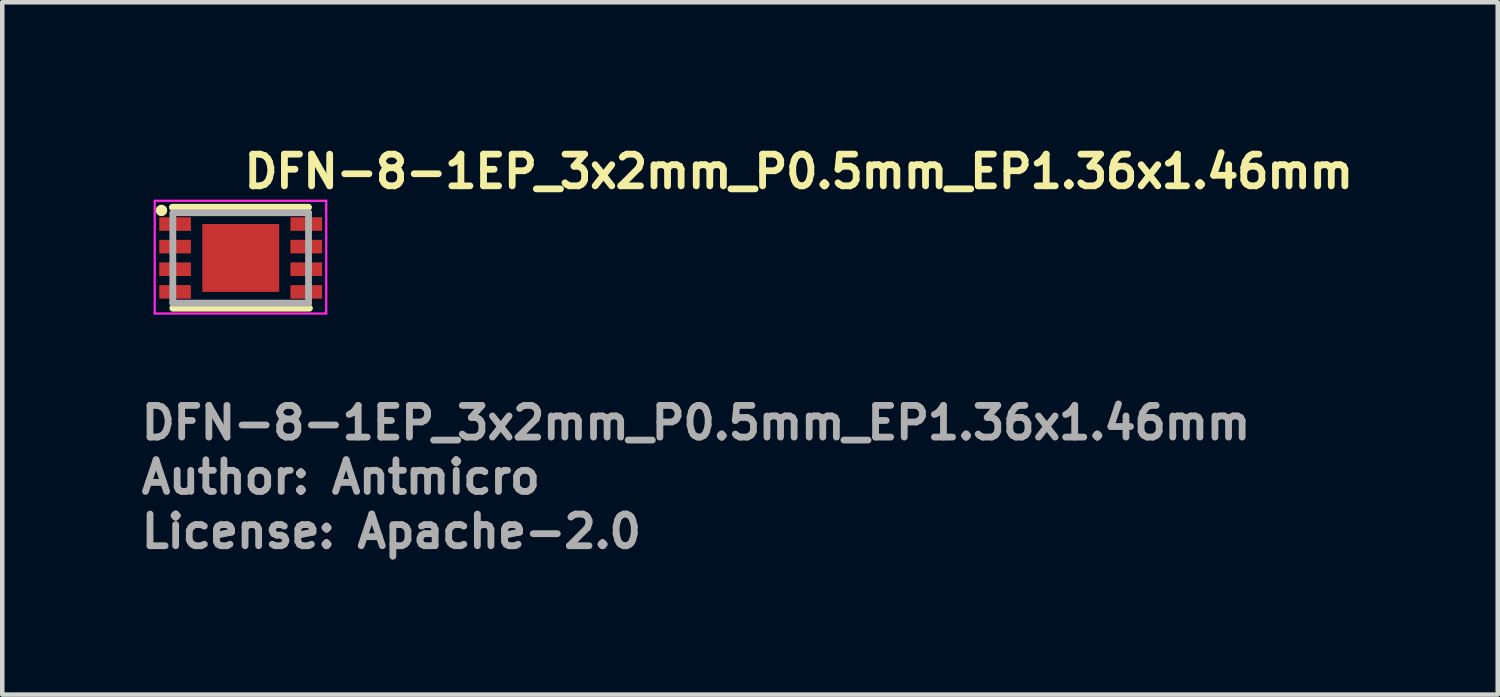
<source format=kicad_pcb>
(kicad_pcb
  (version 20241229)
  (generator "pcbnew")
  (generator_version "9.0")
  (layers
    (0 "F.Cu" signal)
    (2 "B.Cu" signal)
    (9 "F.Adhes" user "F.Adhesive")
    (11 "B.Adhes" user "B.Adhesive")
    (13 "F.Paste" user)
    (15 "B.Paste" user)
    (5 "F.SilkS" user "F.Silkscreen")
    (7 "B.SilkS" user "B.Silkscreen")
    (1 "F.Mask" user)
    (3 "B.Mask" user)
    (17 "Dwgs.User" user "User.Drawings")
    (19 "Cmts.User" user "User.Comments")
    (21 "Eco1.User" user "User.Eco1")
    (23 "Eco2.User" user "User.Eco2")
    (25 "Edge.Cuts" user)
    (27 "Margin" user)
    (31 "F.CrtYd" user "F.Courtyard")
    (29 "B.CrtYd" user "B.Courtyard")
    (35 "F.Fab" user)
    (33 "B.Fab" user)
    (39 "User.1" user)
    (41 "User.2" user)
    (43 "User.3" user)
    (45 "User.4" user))
  (footprint "DFN-8-1EP_3x2mm_P0.5mm_EP1.36x1.46mm"
    (layer "F.Cu")
    (at 2.27 2.65)
    (property "Reference" "DFN-8-1EP_3x2mm_P0.5mm_EP1.36x1.46mm" (at 0 -1.5 0) (layer "F.SilkS") (effects (font (size 0.7 0.7) (thickness 0.15)) (justify left bottom)))
    (attr smd)
    (fp_line (start -1.501 1.111) (end 1.518 1.111) (stroke (width 0.15) (type solid)) (layer "F.SilkS"))
    (fp_line (start 1.498 -1.12) (end -1.511 -1.12) (stroke (width 0.15) (type solid)) (layer "F.SilkS"))
    (fp_circle (center -1.751 -1.05) (end -1.7 -1.05) (stroke (width 0.15) (type solid)) (fill yes) (layer "F.SilkS"))
    (fp_line (start -1.901 -1.262) (end 1.889 -1.262) (stroke (width 0.05) (type solid)) (layer "F.CrtYd"))
    (fp_line (start -1.901 1.228) (end -1.901 -1.262) (stroke (width 0.05) (type solid)) (layer "F.CrtYd"))
    (fp_line (start 1.889 -1.262) (end 1.889 1.228) (stroke (width 0.05) (type solid)) (layer "F.CrtYd"))
    (fp_line (start 1.889 1.228) (end -1.901 1.228) (stroke (width 0.05) (type solid)) (layer "F.CrtYd"))
    (fp_line (start -1.501 0.99) (end -1.501 -0.989) (stroke (width 0.15) (type solid)) (layer "F.Fab"))
    (fp_line (start 1.498 -0.999) (end -1.491 -0.999) (stroke (width 0.15) (type solid)) (layer "F.Fab"))
    (fp_line (start 1.498 -0.999) (end 1.498 0.99) (stroke (width 0.15) (type solid)) (layer "F.Fab"))
    (fp_line (start 1.498 0.999) (end -1.501 0.999) (stroke (width 0.15) (type solid)) (layer "F.Fab"))
    (fp_rect (start -1.522 1) (end 1.519 -0.998) (stroke (width 0.1) (type solid)) (fill no) (layer "User.5"))
    (fp_line (start -1.522 -0.873) (end -1.502 -0.873) (stroke (width 0.02) (type solid)) (layer "User.9"))
    (fp_line (start -1.522 -0.623) (end -1.522 -0.873) (stroke (width 0.02) (type solid)) (layer "User.9"))
    (fp_line (start -1.522 -0.373) (end -1.502 -0.373) (stroke (width 0.02) (type solid)) (layer "User.9"))
    (fp_line (start -1.522 -0.123) (end -1.522 -0.373) (stroke (width 0.02) (type solid)) (layer "User.9"))
    (fp_line (start -1.522 0.125) (end -1.502 0.125) (stroke (width 0.02) (type solid)) (layer "User.9"))
    (fp_line (start -1.522 0.375) (end -1.522 0.125) (stroke (width 0.02) (type solid)) (layer "User.9"))
    (fp_line (start -1.522 0.625) (end -1.502 0.625) (stroke (width 0.02) (type solid)) (layer "User.9"))
    (fp_line (start -1.522 0.875) (end -1.522 0.625) (stroke (width 0.02) (type solid)) (layer "User.9"))
    (fp_line (start -1.502 -0.998) (end 1.499 -0.998) (stroke (width 0.02) (type solid)) (layer "User.9"))
    (fp_line (start -1.502 -0.623) (end -1.522 -0.623) (stroke (width 0.02) (type solid)) (layer "User.9"))
    (fp_line (start -1.502 -0.123) (end -1.522 -0.123) (stroke (width 0.02) (type solid)) (layer "User.9"))
    (fp_line (start -1.502 0.375) (end -1.522 0.375) (stroke (width 0.02) (type solid)) (layer "User.9"))
    (fp_line (start -1.502 0.875) (end -1.522 0.875) (stroke (width 0.02) (type solid)) (layer "User.9"))
    (fp_line (start -1.502 1) (end -1.502 -0.998) (stroke (width 0.02) (type solid)) (layer "User.9"))
    (fp_line (start -1.381 -0.709) (end -1.381 -0.701) (stroke (width 0.02) (type solid)) (layer "User.9"))
    (fp_line (start -1.381 -0.701) (end -1.381 -0.701) (stroke (width 0.02) (type solid)) (layer "User.9"))
    (fp_line (start -1.381 -0.701) (end -1.381 -0.692) (stroke (width 0.02) (type solid)) (layer "User.9"))
    (fp_line (start -1.381 -0.692) (end -1.379 -0.683) (stroke (width 0.02) (type solid)) (layer "User.9"))
    (fp_line (start -1.379 -0.727) (end -1.379 -0.718) (stroke (width 0.02) (type solid)) (layer "User.9"))
    (fp_line (start -1.379 -0.718) (end -1.381 -0.709) (stroke (width 0.02) (type solid)) (layer "User.9"))
    (fp_line (start -1.379 -0.683) (end -1.379 -0.675) (stroke (width 0.02) (type solid)) (layer "User.9"))
    (fp_line (start -1.379 -0.675) (end -1.377 -0.666) (stroke (width 0.02) (type solid)) (layer "User.9"))
    (fp_line (start -1.377 -0.736) (end -1.379 -0.727) (stroke (width 0.02) (type solid)) (layer "User.9"))
    (fp_line (start -1.377 -0.666) (end -1.375 -0.658) (stroke (width 0.02) (type solid)) (layer "User.9"))
    (fp_line (start -1.375 -0.744) (end -1.377 -0.736) (stroke (width 0.02) (type solid)) (layer "User.9"))
    (fp_line (start -1.375 -0.658) (end -1.373 -0.649) (stroke (width 0.02) (type solid)) (layer "User.9"))
    (fp_line (start -1.373 -0.752) (end -1.375 -0.744) (stroke (width 0.02) (type solid)) (layer "User.9"))
    (fp_line (start -1.373 -0.649) (end -1.371 -0.641) (stroke (width 0.02) (type solid)) (layer "User.9"))
    (fp_line (start -1.371 -0.761) (end -1.373 -0.752) (stroke (width 0.02) (type solid)) (layer "User.9"))
    (fp_line (start -1.371 -0.641) (end -1.367 -0.632) (stroke (width 0.02) (type solid)) (layer "User.9"))
    (fp_line (start -1.367 -0.769) (end -1.371 -0.761) (stroke (width 0.02) (type solid)) (layer "User.9"))
    (fp_line (start -1.367 -0.632) (end -1.363 -0.624) (stroke (width 0.02) (type solid)) (layer "User.9"))
    (fp_line (start -1.363 -0.777) (end -1.367 -0.769) (stroke (width 0.02) (type solid)) (layer "User.9"))
    (fp_line (start -1.363 -0.624) (end -1.359 -0.617) (stroke (width 0.02) (type solid)) (layer "User.9"))
    (fp_line (start -1.359 -0.785) (end -1.363 -0.777) (stroke (width 0.02) (type solid)) (layer "User.9"))
    (fp_line (start -1.359 -0.617) (end -1.355 -0.61) (stroke (width 0.02) (type solid)) (layer "User.9"))
    (fp_line (start -1.355 -0.792) (end -1.359 -0.785) (stroke (width 0.02) (type solid)) (layer "User.9"))
    (fp_line (start -1.355 -0.61) (end -1.351 -0.603) (stroke (width 0.02) (type solid)) (layer "User.9"))
    (fp_line (start -1.351 -0.799) (end -1.355 -0.792) (stroke (width 0.02) (type solid)) (layer "User.9"))
    (fp_line (start -1.351 -0.603) (end -1.347 -0.596) (stroke (width 0.02) (type solid)) (layer "User.9"))
    (fp_line (start -1.347 -0.806) (end -1.351 -0.799) (stroke (width 0.02) (type solid)) (layer "User.9"))
    (fp_line (start -1.347 -0.596) (end -1.341 -0.589) (stroke (width 0.02) (type solid)) (layer "User.9"))
    (fp_line (start -1.341 -0.813) (end -1.347 -0.806) (stroke (width 0.02) (type solid)) (layer "User.9"))
    (fp_line (start -1.341 -0.589) (end -1.335 -0.583) (stroke (width 0.02) (type solid)) (layer "User.9"))
    (fp_line (start -1.335 -0.819) (end -1.341 -0.813) (stroke (width 0.02) (type solid)) (layer "User.9"))
    (fp_line (start -1.335 -0.583) (end -1.329 -0.577) (stroke (width 0.02) (type solid)) (layer "User.9"))
    (fp_line (start -1.329 -0.825) (end -1.335 -0.819) (stroke (width 0.02) (type solid)) (layer "User.9"))
    (fp_line (start -1.329 -0.577) (end -1.323 -0.572) (stroke (width 0.02) (type solid)) (layer "User.9"))
    (fp_line (start -1.323 -0.831) (end -1.329 -0.825) (stroke (width 0.02) (type solid)) (layer "User.9"))
    (fp_line (start -1.323 -0.572) (end -1.317 -0.566) (stroke (width 0.02) (type solid)) (layer "User.9"))
    (fp_line (start -1.317 -0.835) (end -1.323 -0.831) (stroke (width 0.02) (type solid)) (layer "User.9"))
    (fp_line (start -1.317 -0.566) (end -1.311 -0.561) (stroke (width 0.02) (type solid)) (layer "User.9"))
    (fp_line (start -1.311 -0.841) (end -1.317 -0.835) (stroke (width 0.02) (type solid)) (layer "User.9"))
    (fp_line (start -1.311 -0.561) (end -1.303 -0.556) (stroke (width 0.02) (type solid)) (layer "User.9"))
    (fp_line (start -1.303 -0.845) (end -1.311 -0.841) (stroke (width 0.02) (type solid)) (layer "User.9"))
    (fp_line (start -1.303 -0.556) (end -1.297 -0.552) (stroke (width 0.02) (type solid)) (layer "User.9"))
    (fp_line (start -1.297 -0.85) (end -1.303 -0.845) (stroke (width 0.02) (type solid)) (layer "User.9"))
    (fp_line (start -1.297 -0.552) (end -1.289 -0.547) (stroke (width 0.02) (type solid)) (layer "User.9"))
    (fp_line (start -1.289 -0.854) (end -1.297 -0.85) (stroke (width 0.02) (type solid)) (layer "User.9"))
    (fp_line (start -1.289 -0.547) (end -1.281 -0.544) (stroke (width 0.02) (type solid)) (layer "User.9"))
    (fp_line (start -1.281 -0.858) (end -1.289 -0.854) (stroke (width 0.02) (type solid)) (layer "User.9"))
    (fp_line (start -1.281 -0.544) (end -1.274 -0.54) (stroke (width 0.02) (type solid)) (layer "User.9"))
    (fp_line (start -1.274 -0.862) (end -1.281 -0.858) (stroke (width 0.02) (type solid)) (layer "User.9"))
    (fp_line (start -1.274 -0.54) (end -1.266 -0.537) (stroke (width 0.02) (type solid)) (layer "User.9"))
    (fp_line (start -1.266 -0.865) (end -1.274 -0.862) (stroke (width 0.02) (type solid)) (layer "User.9"))
    (fp_line (start -1.266 -0.537) (end -1.258 -0.534) (stroke (width 0.02) (type solid)) (layer "User.9"))
    (fp_line (start -1.258 -0.868) (end -1.266 -0.865) (stroke (width 0.02) (type solid)) (layer "User.9"))
    (fp_line (start -1.258 -0.534) (end -1.25 -0.532) (stroke (width 0.02) (type solid)) (layer "User.9"))
    (fp_line (start -1.25 -0.87) (end -1.258 -0.868) (stroke (width 0.02) (type solid)) (layer "User.9"))
    (fp_line (start -1.25 -0.532) (end -1.242 -0.53) (stroke (width 0.02) (type solid)) (layer "User.9"))
    (fp_line (start -1.242 -0.872) (end -1.25 -0.87) (stroke (width 0.02) (type solid)) (layer "User.9"))
    (fp_line (start -1.242 -0.53) (end -1.232 -0.528) (stroke (width 0.02) (type solid)) (layer "User.9"))
    (fp_line (start -1.232 -0.873) (end -1.242 -0.872) (stroke (width 0.02) (type solid)) (layer "User.9"))
    (fp_line (start -1.232 -0.528) (end -1.224 -0.527) (stroke (width 0.02) (type solid)) (layer "User.9"))
    (fp_line (start -1.224 -0.874) (end -1.232 -0.873) (stroke (width 0.02) (type solid)) (layer "User.9"))
    (fp_line (start -1.224 -0.527) (end -1.214 -0.527) (stroke (width 0.02) (type solid)) (layer "User.9"))
    (fp_line (start -1.214 -0.875) (end -1.224 -0.874) (stroke (width 0.02) (type solid)) (layer "User.9"))
    (fp_line (start -1.214 -0.527) (end -1.206 -0.526) (stroke (width 0.02) (type solid)) (layer "User.9"))
    (fp_line (start -1.206 -0.875) (end -1.214 -0.875) (stroke (width 0.02) (type solid)) (layer "User.9"))
    (fp_line (start -1.206 -0.526) (end -1.196 -0.527) (stroke (width 0.02) (type solid)) (layer "User.9"))
    (fp_line (start -1.196 -0.875) (end -1.206 -0.875) (stroke (width 0.02) (type solid)) (layer "User.9"))
    (fp_line (start -1.196 -0.527) (end -1.188 -0.527) (stroke (width 0.02) (type solid)) (layer "User.9"))
    (fp_line (start -1.188 -0.874) (end -1.196 -0.875) (stroke (width 0.02) (type solid)) (layer "User.9"))
    (fp_line (start -1.188 -0.527) (end -1.18 -0.528) (stroke (width 0.02) (type solid)) (layer "User.9"))
    (fp_line (start -1.18 -0.873) (end -1.188 -0.874) (stroke (width 0.02) (type solid)) (layer "User.9"))
    (fp_line (start -1.18 -0.528) (end -1.17 -0.53) (stroke (width 0.02) (type solid)) (layer "User.9"))
    (fp_line (start -1.17 -0.872) (end -1.18 -0.873) (stroke (width 0.02) (type solid)) (layer "User.9"))
    (fp_line (start -1.17 -0.53) (end -1.162 -0.532) (stroke (width 0.02) (type solid)) (layer "User.9"))
    (fp_line (start -1.162 -0.87) (end -1.17 -0.872) (stroke (width 0.02) (type solid)) (layer "User.9"))
    (fp_line (start -1.162 -0.532) (end -1.154 -0.534) (stroke (width 0.02) (type solid)) (layer "User.9"))
    (fp_line (start -1.154 -0.868) (end -1.162 -0.87) (stroke (width 0.02) (type solid)) (layer "User.9"))
    (fp_line (start -1.154 -0.534) (end -1.145 -0.537) (stroke (width 0.02) (type solid)) (layer "User.9"))
    (fp_line (start -1.145 -0.865) (end -1.154 -0.868) (stroke (width 0.02) (type solid)) (layer "User.9"))
    (fp_line (start -1.145 -0.537) (end -1.137 -0.54) (stroke (width 0.02) (type solid)) (layer "User.9"))
    (fp_line (start -1.137 -0.862) (end -1.145 -0.865) (stroke (width 0.02) (type solid)) (layer "User.9"))
    (fp_line (start -1.137 -0.54) (end -1.131 -0.544) (stroke (width 0.02) (type solid)) (layer "User.9"))
    (fp_line (start -1.131 -0.858) (end -1.137 -0.862) (stroke (width 0.02) (type solid)) (layer "User.9"))
    (fp_line (start -1.131 -0.544) (end -1.123 -0.547) (stroke (width 0.02) (type solid)) (layer "User.9"))
    (fp_line (start -1.123 -0.854) (end -1.131 -0.858) (stroke (width 0.02) (type solid)) (layer "User.9"))
    (fp_line (start -1.123 -0.547) (end -1.115 -0.552) (stroke (width 0.02) (type solid)) (layer "User.9"))
    (fp_line (start -1.115 -0.85) (end -1.123 -0.854) (stroke (width 0.02) (type solid)) (layer "User.9"))
    (fp_line (start -1.115 -0.552) (end -1.109 -0.556) (stroke (width 0.02) (type solid)) (layer "User.9"))
    (fp_line (start -1.109 -0.845) (end -1.115 -0.85) (stroke (width 0.02) (type solid)) (layer "User.9"))
    (fp_line (start -1.109 -0.556) (end -1.101 -0.561) (stroke (width 0.02) (type solid)) (layer "User.9"))
    (fp_line (start -1.101 -0.841) (end -1.109 -0.845) (stroke (width 0.02) (type solid)) (layer "User.9"))
    (fp_line (start -1.101 -0.561) (end -1.095 -0.566) (stroke (width 0.02) (type solid)) (layer "User.9"))
    (fp_line (start -1.095 -0.835) (end -1.101 -0.841) (stroke (width 0.02) (type solid)) (layer "User.9"))
    (fp_line (start -1.095 -0.566) (end -1.089 -0.572) (stroke (width 0.02) (type solid)) (layer "User.9"))
    (fp_line (start -1.089 -0.831) (end -1.095 -0.835) (stroke (width 0.02) (type solid)) (layer "User.9"))
    (fp_line (start -1.089 -0.572) (end -1.083 -0.577) (stroke (width 0.02) (type solid)) (layer "User.9"))
    (fp_line (start -1.083 -0.825) (end -1.089 -0.831) (stroke (width 0.02) (type solid)) (layer "User.9"))
    (fp_line (start -1.083 -0.577) (end -1.077 -0.583) (stroke (width 0.02) (type solid)) (layer "User.9"))
    (fp_line (start -1.077 -0.819) (end -1.083 -0.825) (stroke (width 0.02) (type solid)) (layer "User.9"))
    (fp_line (start -1.077 -0.583) (end -1.071 -0.589) (stroke (width 0.02) (type solid)) (layer "User.9"))
    (fp_line (start -1.071 -0.813) (end -1.077 -0.819) (stroke (width 0.02) (type solid)) (layer "User.9"))
    (fp_line (start -1.071 -0.589) (end -1.065 -0.596) (stroke (width 0.02) (type solid)) (layer "User.9"))
    (fp_line (start -1.065 -0.806) (end -1.071 -0.813) (stroke (width 0.02) (type solid)) (layer "User.9"))
    (fp_line (start -1.065 -0.596) (end -1.061 -0.603) (stroke (width 0.02) (type solid)) (layer "User.9"))
    (fp_line (start -1.061 -0.799) (end -1.065 -0.806) (stroke (width 0.02) (type solid)) (layer "User.9"))
    (fp_line (start -1.061 -0.603) (end -1.057 -0.61) (stroke (width 0.02) (type solid)) (layer "User.9"))
    (fp_line (start -1.057 -0.792) (end -1.061 -0.799) (stroke (width 0.02) (type solid)) (layer "User.9"))
    (fp_line (start -1.057 -0.61) (end -1.053 -0.617) (stroke (width 0.02) (type solid)) (layer "User.9"))
    (fp_line (start -1.053 -0.785) (end -1.057 -0.792) (stroke (width 0.02) (type solid)) (layer "User.9"))
    (fp_line (start -1.053 -0.617) (end -1.049 -0.624) (stroke (width 0.02) (type solid)) (layer "User.9"))
    (fp_line (start -1.049 -0.777) (end -1.053 -0.785) (stroke (width 0.02) (type solid)) (layer "User.9"))
    (fp_line (start -1.049 -0.624) (end -1.045 -0.632) (stroke (width 0.02) (type solid)) (layer "User.9"))
    (fp_line (start -1.045 -0.769) (end -1.049 -0.777) (stroke (width 0.02) (type solid)) (layer "User.9"))
    (fp_line (start -1.045 -0.632) (end -1.041 -0.641) (stroke (width 0.02) (type solid)) (layer "User.9"))
    (fp_line (start -1.041 -0.761) (end -1.045 -0.769) (stroke (width 0.02) (type solid)) (layer "User.9"))
    (fp_line (start -1.041 -0.641) (end -1.039 -0.649) (stroke (width 0.02) (type solid)) (layer "User.9"))
    (fp_line (start -1.039 -0.752) (end -1.041 -0.761) (stroke (width 0.02) (type solid)) (layer "User.9"))
    (fp_line (start -1.039 -0.649) (end -1.037 -0.658) (stroke (width 0.02) (type solid)) (layer "User.9"))
    (fp_line (start -1.037 -0.744) (end -1.039 -0.752) (stroke (width 0.02) (type solid)) (layer "User.9"))
    (fp_line (start -1.037 -0.658) (end -1.035 -0.666) (stroke (width 0.02) (type solid)) (layer "User.9"))
    (fp_line (start -1.035 -0.736) (end -1.037 -0.744) (stroke (width 0.02) (type solid)) (layer "User.9"))
    (fp_line (start -1.035 -0.666) (end -1.033 -0.675) (stroke (width 0.02) (type solid)) (layer "User.9"))
    (fp_line (start -1.033 -0.727) (end -1.035 -0.736) (stroke (width 0.02) (type solid)) (layer "User.9"))
    (fp_line (start -1.033 -0.675) (end -1.031 -0.683) (stroke (width 0.02) (type solid)) (layer "User.9"))
    (fp_line (start -1.031 -0.718) (end -1.033 -0.727) (stroke (width 0.02) (type solid)) (layer "User.9"))
    (fp_line (start -1.031 -0.709) (end -1.031 -0.718) (stroke (width 0.02) (type solid)) (layer "User.9"))
    (fp_line (start -1.031 -0.701) (end -1.031 -0.709) (stroke (width 0.02) (type solid)) (layer "User.9"))
    (fp_line (start -1.031 -0.701) (end -1.031 -0.701) (stroke (width 0.02) (type solid)) (layer "User.9"))
    (fp_line (start -1.031 -0.692) (end -1.031 -0.701) (stroke (width 0.02) (type solid)) (layer "User.9"))
    (fp_line (start -1.031 -0.683) (end -1.031 -0.692) (stroke (width 0.02) (type solid)) (layer "User.9"))
    (fp_line (start 1.499 -0.998) (end 1.499 1) (stroke (width 0.02) (type solid)) (layer "User.9"))
    (fp_line (start 1.499 -0.623) (end 1.519 -0.623) (stroke (width 0.02) (type solid)) (layer "User.9"))
    (fp_line (start 1.499 -0.123) (end 1.519 -0.123) (stroke (width 0.02) (type solid)) (layer "User.9"))
    (fp_line (start 1.499 0.375) (end 1.519 0.375) (stroke (width 0.02) (type solid)) (layer "User.9"))
    (fp_line (start 1.499 0.875) (end 1.519 0.875) (stroke (width 0.02) (type solid)) (layer "User.9"))
    (fp_line (start 1.499 1) (end -1.502 1) (stroke (width 0.02) (type solid)) (layer "User.9"))
    (fp_line (start 1.519 -0.873) (end 1.499 -0.873) (stroke (width 0.02) (type solid)) (layer "User.9"))
    (fp_line (start 1.519 -0.623) (end 1.519 -0.873) (stroke (width 0.02) (type solid)) (layer "User.9"))
    (fp_line (start 1.519 -0.373) (end 1.499 -0.373) (stroke (width 0.02) (type solid)) (layer "User.9"))
    (fp_line (start 1.519 -0.123) (end 1.519 -0.373) (stroke (width 0.02) (type solid)) (layer "User.9"))
    (fp_line (start 1.519 0.125) (end 1.499 0.125) (stroke (width 0.02) (type solid)) (layer "User.9"))
    (fp_line (start 1.519 0.375) (end 1.519 0.125) (stroke (width 0.02) (type solid)) (layer "User.9"))
    (fp_line (start 1.519 0.625) (end 1.499 0.625) (stroke (width 0.02) (type solid)) (layer "User.9"))
    (fp_line (start 1.519 0.875) (end 1.519 0.625) (stroke (width 0.02) (type solid)) (layer "User.9"))
    (fp_text user "${REFERENCE}" (at -2.27 4.052 0) (layer "F.Fab") (effects (font (size 0.7 0.7) (thickness 0.15)) (justify left bottom)))
    (fp_text user "License: Apache-2.0" (at -2.27 6.453 0) (layer "F.Fab") (effects (font (size 0.7 0.7) (thickness 0.15)) (justify left bottom)))
    (fp_text user "Author: Antmicro" (at -2.27 5.253 0) (layer "F.Fab") (effects (font (size 0.7 0.7) (thickness 0.15)) (justify left bottom)))
    (pad "1" smd rect (at -1.451 -0.749 270) (size 0.3 0.7) (layers "F.Cu" "F.Mask" "F.Paste"))
    (pad "2" smd rect (at -1.451 -0.25 270) (size 0.3 0.7) (layers "F.Cu" "F.Mask" "F.Paste"))
    (pad "3" smd rect (at -1.451 0.249 270) (size 0.3 0.7) (layers "F.Cu" "F.Mask" "F.Paste"))
    (pad "4" smd rect (at -1.451 0.75 270) (size 0.3 0.7) (layers "F.Cu" "F.Mask" "F.Paste"))
    (pad "5" smd rect (at 1.448 0.75 270) (size 0.3 0.7) (layers "F.Cu" "F.Mask" "F.Paste"))
    (pad "6" smd rect (at 1.448 0.249 270) (size 0.3 0.7) (layers "F.Cu" "F.Mask" "F.Paste"))
    (pad "7" smd rect (at 1.448 -0.25 270) (size 0.3 0.7) (layers "F.Cu" "F.Mask" "F.Paste"))
    (pad "8" smd rect (at 1.448 -0.749 270) (size 0.3 0.7) (layers "F.Cu" "F.Mask" "F.Paste"))
    (pad "9" smd rect (at 0 0 270) (size 1.5 1.7) (layers "F.Cu" "F.Mask" "F.Paste")))
  (gr_rect
    (start -3 -3)
    (end 30.047 12.299)
    (stroke (width 0.1) (type default))
    (fill no)
    (layer "Edge.Cuts")))
</source>
